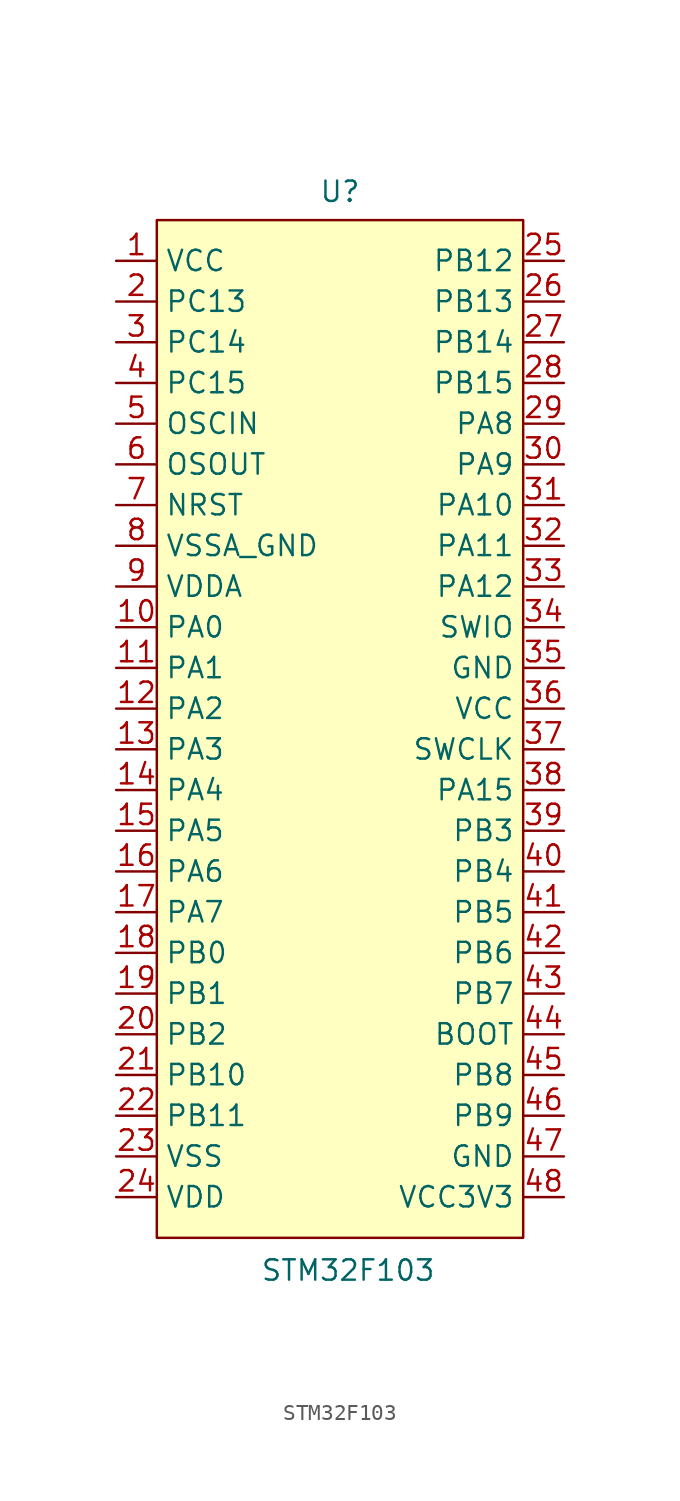
<source format=kicad_sym>
(kicad_symbol_lib
  (version 20241209)
  (generator "kicad_symbol_editor")
  (generator_version "9.0")
  (symbol "STM32F103"
    (property "Reference" "U"
      (at 0 33.528 0)
      (effects (font (size 1.27 1.27))))
    (property "Value" "STM32F103"
      (at 0.508 -33.782 0)
      (effects (font (size 1.27 1.27))))
    (symbol "STM32F103_1_1"
      (rectangle (start -11.43 31.75) (end 11.43 -31.75) (stroke (width 0) (type default)) (fill (type background)))
      (pin input line (at -13.97 29.21 0) (length 2.54) (name "VCC" (effects (font (size 1.27 1.27)))) (number "1" (effects (font (size 1.27 1.27)))))
      (pin input line (at -13.97 26.67 0) (length 2.54) (name "PC13" (effects (font (size 1.27 1.27)))) (number "2" (effects (font (size 1.27 1.27)))))
      (pin input line (at -13.97 24.13 0) (length 2.54) (name "PC14" (effects (font (size 1.27 1.27)))) (number "3" (effects (font (size 1.27 1.27)))))
      (pin input line (at -13.97 21.59 0) (length 2.54) (name "PC15" (effects (font (size 1.27 1.27)))) (number "4" (effects (font (size 1.27 1.27)))))
      (pin input line (at -13.97 19.05 0) (length 2.54) (name "OSCIN" (effects (font (size 1.27 1.27)))) (number "5" (effects (font (size 1.27 1.27)))))
      (pin input line (at -13.97 16.51 0) (length 2.54) (name "OSOUT" (effects (font (size 1.27 1.27)))) (number "6" (effects (font (size 1.27 1.27)))))
      (pin input line (at -13.97 13.97 0) (length 2.54) (name "NRST" (effects (font (size 1.27 1.27)))) (number "7" (effects (font (size 1.27 1.27)))))
      (pin input line (at -13.97 11.43 0) (length 2.54) (name "VSSA_GND" (effects (font (size 1.27 1.27)))) (number "8" (effects (font (size 1.27 1.27)))))
      (pin input line (at -13.97 8.89 0) (length 2.54) (name "VDDA" (effects (font (size 1.27 1.27)))) (number "9" (effects (font (size 1.27 1.27)))))
      (pin input line (at -13.97 6.35 0) (length 2.54) (name "PA0" (effects (font (size 1.27 1.27)))) (number "10" (effects (font (size 1.27 1.27)))))
      (pin input line (at -13.97 3.81 0) (length 2.54) (name "PA1" (effects (font (size 1.27 1.27)))) (number "11" (effects (font (size 1.27 1.27)))))
      (pin input line (at -13.97 1.27 0) (length 2.54) (name "PA2" (effects (font (size 1.27 1.27)))) (number "12" (effects (font (size 1.27 1.27)))))
      (pin input line (at -13.97 -1.27 0) (length 2.54) (name "PA3" (effects (font (size 1.27 1.27)))) (number "13" (effects (font (size 1.27 1.27)))))
      (pin input line (at -13.97 -3.81 0) (length 2.54) (name "PA4" (effects (font (size 1.27 1.27)))) (number "14" (effects (font (size 1.27 1.27)))))
      (pin input line (at -13.97 -6.35 0) (length 2.54) (name "PA5" (effects (font (size 1.27 1.27)))) (number "15" (effects (font (size 1.27 1.27)))))
      (pin input line (at -13.97 -8.89 0) (length 2.54) (name "PA6" (effects (font (size 1.27 1.27)))) (number "16" (effects (font (size 1.27 1.27)))))
      (pin input line (at -13.97 -11.43 0) (length 2.54) (name "PA7" (effects (font (size 1.27 1.27)))) (number "17" (effects (font (size 1.27 1.27)))))
      (pin input line (at -13.97 -13.97 0) (length 2.54) (name "PB0" (effects (font (size 1.27 1.27)))) (number "18" (effects (font (size 1.27 1.27)))))
      (pin input line (at -13.97 -16.51 0) (length 2.54) (name "PB1" (effects (font (size 1.27 1.27)))) (number "19" (effects (font (size 1.27 1.27)))))
      (pin input line (at -13.97 -19.05 0) (length 2.54) (name "PB2" (effects (font (size 1.27 1.27)))) (number "20" (effects (font (size 1.27 1.27)))))
      (pin input line (at -13.97 -21.59 0) (length 2.54) (name "PB10" (effects (font (size 1.27 1.27)))) (number "21" (effects (font (size 1.27 1.27)))))
      (pin input line (at -13.97 -24.13 0) (length 2.54) (name "PB11" (effects (font (size 1.27 1.27)))) (number "22" (effects (font (size 1.27 1.27)))))
      (pin input line (at -13.97 -26.67 0) (length 2.54) (name "VSS" (effects (font (size 1.27 1.27)))) (number "23" (effects (font (size 1.27 1.27)))))
      (pin input line (at -13.97 -29.21 0) (length 2.54) (name "VDD" (effects (font (size 1.27 1.27)))) (number "24" (effects (font (size 1.27 1.27)))))
      (pin input line (at 13.97 29.21 180) (length 2.54) (name "PB12" (effects (font (size 1.27 1.27)))) (number "25" (effects (font (size 1.27 1.27)))))
      (pin input line (at 13.97 26.67 180) (length 2.54) (name "PB13" (effects (font (size 1.27 1.27)))) (number "26" (effects (font (size 1.27 1.27)))))
      (pin input line (at 13.97 24.13 180) (length 2.54) (name "PB14" (effects (font (size 1.27 1.27)))) (number "27" (effects (font (size 1.27 1.27)))))
      (pin input line (at 13.97 21.59 180) (length 2.54) (name "PB15" (effects (font (size 1.27 1.27)))) (number "28" (effects (font (size 1.27 1.27)))))
      (pin input line (at 13.97 19.05 180) (length 2.54) (name "PA8" (effects (font (size 1.27 1.27)))) (number "29" (effects (font (size 1.27 1.27)))))
      (pin input line (at 13.97 16.51 180) (length 2.54) (name "PA9" (effects (font (size 1.27 1.27)))) (number "30" (effects (font (size 1.27 1.27)))))
      (pin input line (at 13.97 13.97 180) (length 2.54) (name "PA10" (effects (font (size 1.27 1.27)))) (number "31" (effects (font (size 1.27 1.27)))))
      (pin input line (at 13.97 11.43 180) (length 2.54) (name "PA11" (effects (font (size 1.27 1.27)))) (number "32" (effects (font (size 1.27 1.27)))))
      (pin input line (at 13.97 8.89 180) (length 2.54) (name "PA12" (effects (font (size 1.27 1.27)))) (number "33" (effects (font (size 1.27 1.27)))))
      (pin input line (at 13.97 6.35 180) (length 2.54) (name "SWIO" (effects (font (size 1.27 1.27)))) (number "34" (effects (font (size 1.27 1.27)))))
      (pin input line (at 13.97 3.81 180) (length 2.54) (name "GND" (effects (font (size 1.27 1.27)))) (number "35" (effects (font (size 1.27 1.27)))))
      (pin input line (at 13.97 1.27 180) (length 2.54) (name "VCC" (effects (font (size 1.27 1.27)))) (number "36" (effects (font (size 1.27 1.27)))))
      (pin input line (at 13.97 -1.27 180) (length 2.54) (name "SWCLK" (effects (font (size 1.27 1.27)))) (number "37" (effects (font (size 1.27 1.27)))))
      (pin input line (at 13.97 -3.81 180) (length 2.54) (name "PA15" (effects (font (size 1.27 1.27)))) (number "38" (effects (font (size 1.27 1.27)))))
      (pin input line (at 13.97 -6.35 180) (length 2.54) (name "PB3" (effects (font (size 1.27 1.27)))) (number "39" (effects (font (size 1.27 1.27)))))
      (pin input line (at 13.97 -8.89 180) (length 2.54) (name "PB4" (effects (font (size 1.27 1.27)))) (number "40" (effects (font (size 1.27 1.27)))))
      (pin input line (at 13.97 -11.43 180) (length 2.54) (name "PB5" (effects (font (size 1.27 1.27)))) (number "41" (effects (font (size 1.27 1.27)))))
      (pin input line (at 13.97 -13.97 180) (length 2.54) (name "PB6" (effects (font (size 1.27 1.27)))) (number "42" (effects (font (size 1.27 1.27)))))
      (pin input line (at 13.97 -16.51 180) (length 2.54) (name "PB7" (effects (font (size 1.27 1.27)))) (number "43" (effects (font (size 1.27 1.27)))))
      (pin input line (at 13.97 -19.05 180) (length 2.54) (name "BOOT" (effects (font (size 1.27 1.27)))) (number "44" (effects (font (size 1.27 1.27)))))
      (pin input line (at 13.97 -21.59 180) (length 2.54) (name "PB8" (effects (font (size 1.27 1.27)))) (number "45" (effects (font (size 1.27 1.27)))))
      (pin input line (at 13.97 -24.13 180) (length 2.54) (name "PB9" (effects (font (size 1.27 1.27)))) (number "46" (effects (font (size 1.27 1.27)))))
      (pin input line (at 13.97 -26.67 180) (length 2.54) (name "GND" (effects (font (size 1.27 1.27)))) (number "47" (effects (font (size 1.27 1.27)))))
      (pin input line (at 13.97 -29.21 180) (length 2.54) (name "VCC3V3" (effects (font (size 1.27 1.27)))) (number "48" (effects (font (size 1.27 1.27))))))))
</source>
